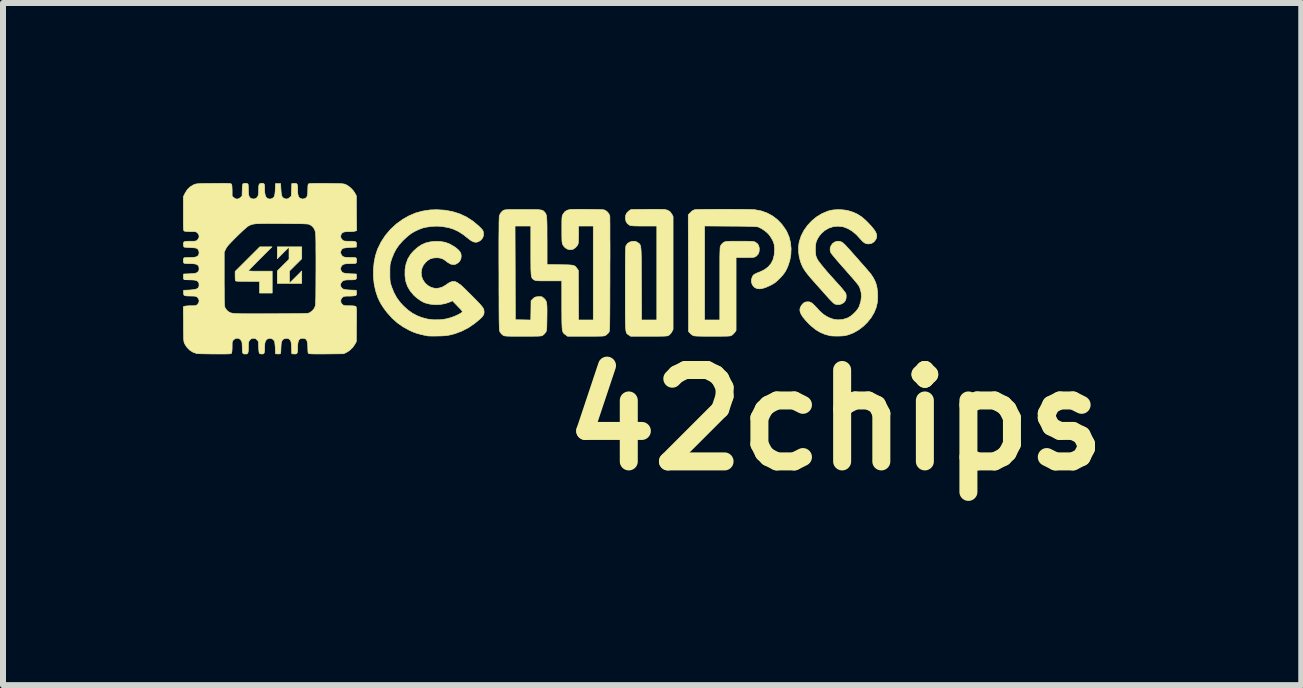
<source format=kicad_pcb>
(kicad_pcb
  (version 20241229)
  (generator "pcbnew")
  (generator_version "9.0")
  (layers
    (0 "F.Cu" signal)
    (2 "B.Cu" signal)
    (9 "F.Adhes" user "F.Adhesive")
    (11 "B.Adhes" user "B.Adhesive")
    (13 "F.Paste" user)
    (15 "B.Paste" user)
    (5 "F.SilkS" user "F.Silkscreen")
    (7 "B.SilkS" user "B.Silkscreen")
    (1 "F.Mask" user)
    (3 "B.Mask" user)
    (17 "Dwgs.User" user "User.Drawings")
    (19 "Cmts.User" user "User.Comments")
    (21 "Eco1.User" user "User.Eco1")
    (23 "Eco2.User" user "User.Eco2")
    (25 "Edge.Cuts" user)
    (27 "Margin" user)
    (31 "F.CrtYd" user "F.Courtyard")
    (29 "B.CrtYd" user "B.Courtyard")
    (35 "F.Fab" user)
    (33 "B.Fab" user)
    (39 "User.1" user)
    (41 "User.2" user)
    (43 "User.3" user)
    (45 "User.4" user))
  (footprint "42chips"
    (layer "F.Cu")
    (at 5.797 1.411)
    (property "Reference" "42chips" (at 5.08 2.54 0) (layer "F.SilkS") (effects (font (size 1.524 1.524) (thickness 0.3))))
    (attr through_hole)
    (fp_poly (pts (xy -3.818 -0.148) (xy -3.92 -0.047) (xy -4.022 0.055) (xy -4.022 0.258) (xy -3.92 0.157) (xy -3.818 0.055) (xy -3.818 0.262) (xy -4.225 0.262) (xy -4.225 0.055) (xy -4.128 -0.042) (xy -4.03 -0.139) (xy -4.03 -0.343) (xy -4.128 -0.246) (xy -4.225 -0.148) (xy -4.225 -0.347) (xy -3.818 -0.347) (xy -3.818 -0.148)) (stroke (width 0.01) (type solid)) (fill yes) (layer "F.SilkS"))
    (fp_poly (pts (xy -4.511 -0.15) (xy -4.558 -0.103) (xy -4.601 -0.059) (xy -4.639 -0.02) (xy -4.67 0.011) (xy -4.692 0.035) (xy -4.705 0.05) (xy -4.707 0.053) (xy -4.699 0.055) (xy -4.677 0.056) (xy -4.642 0.058) (xy -4.597 0.059) (xy -4.545 0.059) (xy -4.508 0.059) (xy -4.31 0.059) (xy -4.31 0.423) (xy -4.521 0.423) (xy -4.521 0.229) (xy -4.711 0.229) (xy -4.767 0.228) (xy -4.817 0.228) (xy -4.86 0.227) (xy -4.892 0.226) (xy -4.911 0.224) (xy -4.914 0.223) (xy -4.921 0.218) (xy -4.925 0.205) (xy -4.927 0.182) (xy -4.928 0.145) (xy -4.928 0.141) (xy -4.928 0.063) (xy -4.517 -0.347) (xy -4.314 -0.347) (xy -4.511 -0.15)) (stroke (width 0.01) (type solid)) (fill yes) (layer "F.SilkS"))
    (fp_poly (pts (xy 5.163 -0.966) (xy 5.225 -0.961) (xy 5.281 -0.952) (xy 5.292 -0.949) (xy 5.372 -0.924) (xy 5.444 -0.891) (xy 5.511 -0.848) (xy 5.576 -0.793) (xy 5.618 -0.752) (xy 5.671 -0.695) (xy 5.712 -0.646) (xy 5.741 -0.604) (xy 5.759 -0.568) (xy 5.766 -0.535) (xy 5.764 -0.504) (xy 5.752 -0.474) (xy 5.748 -0.467) (xy 5.718 -0.429) (xy 5.68 -0.405) (xy 5.634 -0.396) (xy 5.633 -0.395) (xy 5.596 -0.399) (xy 5.565 -0.411) (xy 5.534 -0.434) (xy 5.5 -0.47) (xy 5.499 -0.471) (xy 5.429 -0.548) (xy 5.358 -0.608) (xy 5.286 -0.651) (xy 5.213 -0.679) (xy 5.195 -0.683) (xy 5.115 -0.691) (xy 5.038 -0.683) (xy 4.966 -0.659) (xy 4.899 -0.62) (xy 4.84 -0.568) (xy 4.798 -0.514) (xy 4.77 -0.465) (xy 4.752 -0.414) (xy 4.744 -0.357) (xy 4.743 -0.29) (xy 4.743 -0.283) (xy 4.746 -0.24) (xy 4.749 -0.209) (xy 4.756 -0.184) (xy 4.766 -0.159) (xy 4.774 -0.142) (xy 4.789 -0.117) (xy 4.815 -0.082) (xy 4.85 -0.037) (xy 4.893 0.015) (xy 4.942 0.073) (xy 4.997 0.135) (xy 5.056 0.2) (xy 5.066 0.212) (xy 5.113 0.263) (xy 5.156 0.311) (xy 5.192 0.353) (xy 5.22 0.388) (xy 5.24 0.414) (xy 5.25 0.429) (xy 5.25 0.429) (xy 5.257 0.466) (xy 5.255 0.507) (xy 5.245 0.545) (xy 5.244 0.547) (xy 5.22 0.579) (xy 5.185 0.602) (xy 5.144 0.615) (xy 5.101 0.615) (xy 5.067 0.606) (xy 5.052 0.596) (xy 5.03 0.576) (xy 5.001 0.547) (xy 4.968 0.513) (xy 4.944 0.486) (xy 4.907 0.444) (xy 4.863 0.394) (xy 4.814 0.34) (xy 4.766 0.286) (xy 4.721 0.235) (xy 4.72 0.234) (xy 4.665 0.172) (xy 4.621 0.119) (xy 4.586 0.074) (xy 4.558 0.033) (xy 4.535 -0.005) (xy 4.517 -0.044) (xy 4.501 -0.084) (xy 4.495 -0.101) (xy 4.474 -0.18) (xy 4.463 -0.264) (xy 4.462 -0.346) (xy 4.472 -0.422) (xy 4.475 -0.434) (xy 4.506 -0.53) (xy 4.553 -0.621) (xy 4.613 -0.705) (xy 4.684 -0.781) (xy 4.764 -0.847) (xy 4.852 -0.9) (xy 4.946 -0.94) (xy 4.989 -0.953) (xy 5.039 -0.962) (xy 5.098 -0.966) (xy 5.163 -0.966)) (stroke (width 0.01) (type solid)) (fill yes) (layer "F.SilkS"))
    (fp_poly (pts (xy 2.118 -0.973) (xy 2.166 -0.972) (xy 2.204 -0.971) (xy 2.228 -0.97) (xy 2.233 -0.97) (xy 2.283 -0.956) (xy 2.322 -0.931) (xy 2.35 -0.891) (xy 2.352 -0.889) (xy 2.371 -0.852) (xy 2.371 1.029) (xy 2.352 1.067) (xy 2.334 1.094) (xy 2.312 1.118) (xy 2.304 1.124) (xy 2.296 1.129) (xy 2.288 1.133) (xy 2.277 1.136) (xy 2.263 1.139) (xy 2.243 1.14) (xy 2.216 1.142) (xy 2.18 1.142) (xy 2.132 1.143) (xy 2.072 1.143) (xy 1.997 1.143) (xy 1.969 1.143) (xy 1.663 1.143) (xy 1.631 1.121) (xy 1.621 1.115) (xy 1.613 1.109) (xy 1.605 1.102) (xy 1.599 1.094) (xy 1.593 1.083) (xy 1.589 1.068) (xy 1.585 1.048) (xy 1.582 1.022) (xy 1.58 0.988) (xy 1.578 0.947) (xy 1.577 0.896) (xy 1.576 0.835) (xy 1.575 0.762) (xy 1.575 0.676) (xy 1.575 0.576) (xy 1.575 0.462) (xy 1.575 0.351) (xy 1.575 0.223) (xy 1.575 0.111) (xy 1.575 0.014) (xy 1.576 -0.069) (xy 1.576 -0.14) (xy 1.577 -0.199) (xy 1.578 -0.247) (xy 1.579 -0.286) (xy 1.58 -0.315) (xy 1.582 -0.338) (xy 1.583 -0.353) (xy 1.585 -0.364) (xy 1.587 -0.367) (xy 1.61 -0.401) (xy 1.645 -0.425) (xy 1.69 -0.438) (xy 1.699 -0.439) (xy 1.729 -0.44) (xy 1.752 -0.435) (xy 1.775 -0.422) (xy 1.778 -0.42) (xy 1.79 -0.413) (xy 1.8 -0.406) (xy 1.809 -0.399) (xy 1.816 -0.39) (xy 1.822 -0.379) (xy 1.828 -0.364) (xy 1.832 -0.344) (xy 1.835 -0.317) (xy 1.838 -0.283) (xy 1.84 -0.241) (xy 1.841 -0.188) (xy 1.842 -0.125) (xy 1.843 -0.049) (xy 1.843 0.04) (xy 1.843 0.143) (xy 1.844 0.263) (xy 1.844 0.265) (xy 1.846 0.872) (xy 2.1 0.872) (xy 2.1 -0.694) (xy 1.887 -0.694) (xy 1.819 -0.694) (xy 1.766 -0.695) (xy 1.726 -0.696) (xy 1.695 -0.698) (xy 1.674 -0.7) (xy 1.658 -0.703) (xy 1.646 -0.708) (xy 1.646 -0.708) (xy 1.61 -0.734) (xy 1.587 -0.771) (xy 1.577 -0.817) (xy 1.579 -0.867) (xy 1.597 -0.908) (xy 1.63 -0.942) (xy 1.637 -0.947) (xy 1.671 -0.969) (xy 1.93 -0.972) (xy 1.997 -0.973) (xy 2.06 -0.973) (xy 2.118 -0.973)) (stroke (width 0.01) (type solid)) (fill yes) (layer "F.SilkS"))
    (fp_poly (pts (xy 5.151 -0.438) (xy 5.178 -0.428) (xy 5.205 -0.41) (xy 5.238 -0.38) (xy 5.246 -0.371) (xy 5.265 -0.351) (xy 5.293 -0.32) (xy 5.328 -0.282) (xy 5.368 -0.236) (xy 5.412 -0.187) (xy 5.458 -0.135) (xy 5.503 -0.083) (xy 5.547 -0.034) (xy 5.587 0.012) (xy 5.621 0.052) (xy 5.648 0.083) (xy 5.665 0.104) (xy 5.666 0.105) (xy 5.708 0.167) (xy 5.742 0.235) (xy 5.762 0.294) (xy 5.772 0.348) (xy 5.779 0.413) (xy 5.781 0.481) (xy 5.779 0.547) (xy 5.774 0.587) (xy 5.754 0.671) (xy 5.719 0.754) (xy 5.671 0.834) (xy 5.611 0.909) (xy 5.542 0.977) (xy 5.464 1.036) (xy 5.381 1.084) (xy 5.304 1.115) (xy 5.27 1.125) (xy 5.238 1.132) (xy 5.203 1.137) (xy 5.16 1.139) (xy 5.131 1.14) (xy 5.086 1.14) (xy 5.044 1.139) (xy 5.009 1.137) (xy 4.987 1.134) (xy 4.902 1.111) (xy 4.825 1.079) (xy 4.753 1.036) (xy 4.682 0.98) (xy 4.639 0.94) (xy 4.581 0.879) (xy 4.537 0.826) (xy 4.507 0.78) (xy 4.489 0.738) (xy 4.484 0.7) (xy 4.491 0.665) (xy 4.51 0.631) (xy 4.526 0.61) (xy 4.551 0.586) (xy 4.577 0.574) (xy 4.593 0.571) (xy 4.624 0.569) (xy 4.651 0.573) (xy 4.677 0.585) (xy 4.705 0.607) (xy 4.739 0.641) (xy 4.76 0.663) (xy 4.806 0.714) (xy 4.847 0.753) (xy 4.885 0.784) (xy 4.924 0.809) (xy 4.967 0.832) (xy 4.969 0.833) (xy 5.044 0.86) (xy 5.12 0.87) (xy 5.197 0.864) (xy 5.272 0.841) (xy 5.291 0.833) (xy 5.333 0.807) (xy 5.375 0.772) (xy 5.416 0.732) (xy 5.45 0.689) (xy 5.473 0.649) (xy 5.477 0.639) (xy 5.501 0.558) (xy 5.51 0.482) (xy 5.505 0.41) (xy 5.486 0.344) (xy 5.482 0.332) (xy 5.477 0.321) (xy 5.472 0.311) (xy 5.464 0.299) (xy 5.454 0.284) (xy 5.44 0.266) (xy 5.421 0.242) (xy 5.396 0.213) (xy 5.365 0.176) (xy 5.325 0.131) (xy 5.277 0.076) (xy 5.219 0.01) (xy 5.191 -0.021) (xy 5.147 -0.072) (xy 5.105 -0.12) (xy 5.069 -0.163) (xy 5.038 -0.2) (xy 5.015 -0.229) (xy 5.002 -0.248) (xy 4.999 -0.253) (xy 4.988 -0.294) (xy 4.991 -0.335) (xy 5.008 -0.373) (xy 5.034 -0.406) (xy 5.069 -0.429) (xy 5.11 -0.44) (xy 5.12 -0.44) (xy 5.151 -0.438)) (stroke (width 0.01) (type solid)) (fill yes) (layer "F.SilkS"))
    (fp_poly (pts (xy 3.335 -0.973) (xy 3.414 -0.972) (xy 3.49 -0.972) (xy 3.559 -0.971) (xy 3.62 -0.97) (xy 3.671 -0.969) (xy 3.71 -0.967) (xy 3.736 -0.966) (xy 3.737 -0.965) (xy 3.839 -0.946) (xy 3.936 -0.912) (xy 4.027 -0.863) (xy 4.11 -0.8) (xy 4.183 -0.724) (xy 4.245 -0.637) (xy 4.266 -0.601) (xy 4.304 -0.513) (xy 4.328 -0.418) (xy 4.338 -0.319) (xy 4.334 -0.218) (xy 4.316 -0.118) (xy 4.284 -0.022) (xy 4.261 0.029) (xy 4.239 0.069) (xy 4.215 0.103) (xy 4.187 0.137) (xy 4.151 0.176) (xy 4.145 0.182) (xy 4.108 0.218) (xy 4.077 0.244) (xy 4.047 0.265) (xy 4.014 0.284) (xy 3.988 0.297) (xy 3.919 0.328) (xy 3.862 0.346) (xy 3.813 0.353) (xy 3.772 0.349) (xy 3.738 0.334) (xy 3.724 0.324) (xy 3.693 0.288) (xy 3.678 0.245) (xy 3.677 0.199) (xy 3.691 0.155) (xy 3.7 0.137) (xy 3.711 0.123) (xy 3.727 0.111) (xy 3.751 0.098) (xy 3.786 0.083) (xy 3.823 0.069) (xy 3.897 0.032) (xy 3.958 -0.014) (xy 4.005 -0.07) (xy 4.038 -0.136) (xy 4.057 -0.212) (xy 4.063 -0.298) (xy 4.063 -0.312) (xy 4.06 -0.354) (xy 4.056 -0.385) (xy 4.049 -0.412) (xy 4.038 -0.44) (xy 4.034 -0.449) (xy 4.014 -0.485) (xy 3.99 -0.524) (xy 3.971 -0.549) (xy 3.939 -0.583) (xy 3.897 -0.617) (xy 3.851 -0.648) (xy 3.807 -0.671) (xy 3.789 -0.678) (xy 3.776 -0.681) (xy 3.755 -0.683) (xy 3.724 -0.685) (xy 3.683 -0.687) (xy 3.63 -0.688) (xy 3.564 -0.69) (xy 3.484 -0.691) (xy 3.389 -0.692) (xy 3.325 -0.692) (xy 2.896 -0.695) (xy 2.896 0.872) (xy 3.15 0.872) (xy 3.15 0.266) (xy 3.15 0.15) (xy 3.15 0.05) (xy 3.15 -0.036) (xy 3.15 -0.108) (xy 3.15 -0.169) (xy 3.151 -0.218) (xy 3.152 -0.258) (xy 3.153 -0.289) (xy 3.154 -0.313) (xy 3.155 -0.332) (xy 3.157 -0.345) (xy 3.16 -0.355) (xy 3.162 -0.363) (xy 3.166 -0.369) (xy 3.168 -0.372) (xy 3.187 -0.398) (xy 3.213 -0.42) (xy 3.217 -0.422) (xy 3.228 -0.428) (xy 3.239 -0.432) (xy 3.252 -0.435) (xy 3.271 -0.437) (xy 3.297 -0.439) (xy 3.333 -0.44) (xy 3.379 -0.44) (xy 3.44 -0.44) (xy 3.481 -0.44) (xy 3.551 -0.44) (xy 3.606 -0.44) (xy 3.648 -0.439) (xy 3.679 -0.438) (xy 3.702 -0.436) (xy 3.719 -0.433) (xy 3.731 -0.43) (xy 3.741 -0.425) (xy 3.742 -0.425) (xy 3.776 -0.4) (xy 3.797 -0.37) (xy 3.807 -0.328) (xy 3.808 -0.315) (xy 3.805 -0.266) (xy 3.789 -0.225) (xy 3.759 -0.194) (xy 3.752 -0.189) (xy 3.74 -0.182) (xy 3.729 -0.177) (xy 3.713 -0.173) (xy 3.692 -0.171) (xy 3.662 -0.17) (xy 3.62 -0.169) (xy 3.572 -0.169) (xy 3.421 -0.169) (xy 3.421 1.047) (xy 3.401 1.076) (xy 3.38 1.101) (xy 3.356 1.122) (xy 3.353 1.124) (xy 3.346 1.129) (xy 3.337 1.133) (xy 3.327 1.136) (xy 3.313 1.139) (xy 3.293 1.14) (xy 3.266 1.142) (xy 3.229 1.142) (xy 3.182 1.143) (xy 3.121 1.143) (xy 3.046 1.143) (xy 3.023 1.143) (xy 2.944 1.143) (xy 2.879 1.143) (xy 2.827 1.142) (xy 2.788 1.141) (xy 2.758 1.14) (xy 2.736 1.138) (xy 2.72 1.136) (xy 2.709 1.133) (xy 2.7 1.129) (xy 2.697 1.127) (xy 2.672 1.109) (xy 2.65 1.088) (xy 2.629 1.065) (xy 2.627 0.092) (xy 2.624 -0.881) (xy 2.661 -0.919) (xy 2.695 -0.95) (xy 2.728 -0.965) (xy 2.731 -0.965) (xy 2.746 -0.967) (xy 2.777 -0.969) (xy 2.821 -0.97) (xy 2.877 -0.971) (xy 2.941 -0.972) (xy 3.013 -0.972) (xy 3.09 -0.973) (xy 3.171 -0.973) (xy 3.253 -0.973) (xy 3.335 -0.973)) (stroke (width 0.01) (type solid)) (fill yes) (layer "F.SilkS"))
    (fp_poly (pts (xy -1.436 -0.958) (xy -1.308 -0.935) (xy -1.186 -0.897) (xy -1.072 -0.844) (xy -0.965 -0.775) (xy -0.865 -0.691) (xy -0.861 -0.686) (xy -0.831 -0.657) (xy -0.812 -0.636) (xy -0.8 -0.62) (xy -0.794 -0.605) (xy -0.79 -0.587) (xy -0.789 -0.578) (xy -0.79 -0.531) (xy -0.804 -0.494) (xy -0.831 -0.461) (xy -0.835 -0.458) (xy -0.872 -0.433) (xy -0.911 -0.423) (xy -0.952 -0.429) (xy -0.997 -0.451) (xy -1.043 -0.486) (xy -1.125 -0.551) (xy -1.204 -0.602) (xy -1.284 -0.64) (xy -1.369 -0.667) (xy -1.46 -0.683) (xy -1.482 -0.686) (xy -1.541 -0.691) (xy -1.593 -0.691) (xy -1.647 -0.688) (xy -1.663 -0.686) (xy -1.716 -0.679) (xy -1.759 -0.672) (xy -1.795 -0.663) (xy -1.831 -0.651) (xy -1.872 -0.634) (xy -1.882 -0.63) (xy -1.944 -0.6) (xy -2.001 -0.565) (xy -2.055 -0.523) (xy -2.112 -0.47) (xy -2.134 -0.449) (xy -2.195 -0.381) (xy -2.243 -0.312) (xy -2.283 -0.237) (xy -2.317 -0.152) (xy -2.321 -0.14) (xy -2.331 -0.108) (xy -2.339 -0.082) (xy -2.344 -0.058) (xy -2.347 -0.033) (xy -2.348 -0.001) (xy -2.349 0.04) (xy -2.349 0.089) (xy -2.349 0.142) (xy -2.348 0.181) (xy -2.346 0.212) (xy -2.343 0.238) (xy -2.338 0.262) (xy -2.33 0.289) (xy -2.319 0.323) (xy -2.318 0.326) (xy -2.28 0.419) (xy -2.234 0.503) (xy -2.176 0.581) (xy -2.121 0.64) (xy -2.048 0.706) (xy -1.974 0.759) (xy -1.895 0.801) (xy -1.819 0.831) (xy -1.721 0.857) (xy -1.621 0.869) (xy -1.515 0.868) (xy -1.47 0.864) (xy -1.4 0.852) (xy -1.326 0.831) (xy -1.255 0.804) (xy -1.193 0.774) (xy -1.178 0.765) (xy -1.16 0.754) (xy -1.148 0.745) (xy -1.142 0.737) (xy -1.144 0.726) (xy -1.153 0.712) (xy -1.171 0.691) (xy -1.199 0.663) (xy -1.235 0.625) (xy -1.306 0.552) (xy -1.35 0.572) (xy -1.425 0.598) (xy -1.508 0.613) (xy -1.595 0.616) (xy -1.68 0.608) (xy -1.76 0.588) (xy -1.774 0.583) (xy -1.809 0.565) (xy -1.85 0.54) (xy -1.893 0.509) (xy -1.932 0.476) (xy -1.953 0.456) (xy -2.011 0.386) (xy -2.054 0.313) (xy -2.082 0.234) (xy -2.096 0.147) (xy -2.097 0.127) (xy -2.096 0.028) (xy -2.079 -0.064) (xy -2.048 -0.148) (xy -2.002 -0.223) (xy -1.954 -0.277) (xy -1.888 -0.336) (xy -1.823 -0.38) (xy -1.755 -0.411) (xy -1.681 -0.429) (xy -1.6 -0.438) (xy -1.508 -0.436) (xy -1.425 -0.422) (xy -1.348 -0.392) (xy -1.273 -0.348) (xy -1.241 -0.325) (xy -1.203 -0.291) (xy -1.177 -0.26) (xy -1.164 -0.228) (xy -1.16 -0.192) (xy -1.166 -0.146) (xy -1.186 -0.107) (xy -1.211 -0.082) (xy -1.25 -0.058) (xy -1.293 -0.051) (xy -1.337 -0.06) (xy -1.382 -0.086) (xy -1.393 -0.094) (xy -1.433 -0.125) (xy -1.468 -0.146) (xy -1.502 -0.158) (xy -1.54 -0.164) (xy -1.571 -0.165) (xy -1.628 -0.161) (xy -1.675 -0.147) (xy -1.718 -0.121) (xy -1.75 -0.092) (xy -1.791 -0.042) (xy -1.816 0.015) (xy -1.827 0.075) (xy -1.823 0.135) (xy -1.804 0.193) (xy -1.77 0.246) (xy -1.763 0.255) (xy -1.712 0.301) (xy -1.656 0.331) (xy -1.597 0.345) (xy -1.537 0.342) (xy -1.475 0.324) (xy -1.416 0.29) (xy -1.397 0.275) (xy -1.35 0.245) (xy -1.305 0.23) (xy -1.262 0.232) (xy -1.223 0.25) (xy -1.212 0.259) (xy -1.194 0.272) (xy -1.181 0.279) (xy -1.18 0.279) (xy -1.172 0.285) (xy -1.154 0.302) (xy -1.127 0.327) (xy -1.093 0.36) (xy -1.053 0.4) (xy -1.008 0.444) (xy -0.984 0.468) (xy -0.929 0.523) (xy -0.885 0.569) (xy -0.85 0.605) (xy -0.824 0.635) (xy -0.805 0.659) (xy -0.792 0.679) (xy -0.785 0.697) (xy -0.781 0.714) (xy -0.779 0.732) (xy -0.779 0.743) (xy -0.781 0.765) (xy -0.788 0.786) (xy -0.802 0.808) (xy -0.824 0.833) (xy -0.856 0.863) (xy -0.899 0.899) (xy -0.94 0.932) (xy -1.039 1) (xy -1.148 1.056) (xy -1.264 1.1) (xy -1.32 1.115) (xy -1.359 1.124) (xy -1.394 1.13) (xy -1.43 1.134) (xy -1.473 1.137) (xy -1.526 1.139) (xy -1.554 1.139) (xy -1.603 1.14) (xy -1.647 1.14) (xy -1.684 1.139) (xy -1.709 1.138) (xy -1.719 1.137) (xy -1.793 1.122) (xy -1.854 1.107) (xy -1.907 1.092) (xy -1.955 1.075) (xy -2.002 1.054) (xy -2.028 1.042) (xy -2.132 0.984) (xy -2.225 0.919) (xy -2.31 0.842) (xy -2.391 0.753) (xy -2.404 0.737) (xy -2.452 0.672) (xy -2.491 0.613) (xy -2.524 0.552) (xy -2.553 0.488) (xy -2.587 0.384) (xy -2.611 0.272) (xy -2.623 0.154) (xy -2.623 0.034) (xy -2.612 -0.085) (xy -2.59 -0.198) (xy -2.556 -0.302) (xy -2.553 -0.31) (xy -2.495 -0.428) (xy -2.423 -0.538) (xy -2.337 -0.639) (xy -2.24 -0.729) (xy -2.131 -0.807) (xy -2.032 -0.863) (xy -1.921 -0.911) (xy -1.803 -0.943) (xy -1.678 -0.962) (xy -1.572 -0.966) (xy -1.436 -0.958)) (stroke (width 0.01) (type solid)) (fill yes) (layer "F.SilkS"))
    (fp_poly (pts (xy 0.871 -0.973) (xy 0.937 -0.972) (xy 0.957 -0.972) (xy 1.031 -0.971) (xy 1.091 -0.97) (xy 1.137 -0.969) (xy 1.172 -0.968) (xy 1.198 -0.966) (xy 1.217 -0.963) (xy 1.23 -0.96) (xy 1.24 -0.956) (xy 1.241 -0.955) (xy 1.274 -0.931) (xy 1.3 -0.899) (xy 1.315 -0.866) (xy 1.317 -0.861) (xy 1.317 -0.849) (xy 1.318 -0.822) (xy 1.318 -0.779) (xy 1.319 -0.723) (xy 1.319 -0.654) (xy 1.319 -0.574) (xy 1.319 -0.484) (xy 1.32 -0.385) (xy 1.32 -0.278) (xy 1.32 -0.164) (xy 1.319 -0.044) (xy 1.319 0.081) (xy 1.319 0.112) (xy 1.319 0.258) (xy 1.318 0.389) (xy 1.318 0.505) (xy 1.318 0.606) (xy 1.317 0.695) (xy 1.317 0.771) (xy 1.316 0.836) (xy 1.316 0.89) (xy 1.315 0.936) (xy 1.314 0.973) (xy 1.313 1.002) (xy 1.312 1.025) (xy 1.31 1.043) (xy 1.309 1.056) (xy 1.307 1.065) (xy 1.305 1.071) (xy 1.302 1.076) (xy 1.3 1.08) (xy 1.299 1.081) (xy 1.279 1.102) (xy 1.255 1.122) (xy 1.253 1.124) (xy 1.245 1.129) (xy 1.237 1.133) (xy 1.227 1.136) (xy 1.213 1.139) (xy 1.193 1.14) (xy 1.166 1.142) (xy 1.13 1.142) (xy 1.082 1.143) (xy 1.022 1.143) (xy 0.947 1.143) (xy 0.919 1.143) (xy 0.612 1.143) (xy 0.578 1.118) (xy 0.565 1.108) (xy 0.553 1.099) (xy 0.544 1.088) (xy 0.536 1.075) (xy 0.53 1.057) (xy 0.525 1.034) (xy 0.522 1.004) (xy 0.52 0.965) (xy 0.518 0.916) (xy 0.517 0.856) (xy 0.517 0.783) (xy 0.516 0.696) (xy 0.516 0.622) (xy 0.516 0.22) (xy 0.299 0.22) (xy 0.233 0.22) (xy 0.181 0.22) (xy 0.141 0.219) (xy 0.112 0.218) (xy 0.092 0.216) (xy 0.077 0.213) (xy 0.066 0.209) (xy 0.056 0.204) (xy 0.055 0.203) (xy 0.043 0.196) (xy 0.033 0.188) (xy 0.024 0.179) (xy 0.018 0.167) (xy 0.012 0.151) (xy 0.008 0.129) (xy 0.005 0.099) (xy 0.003 0.062) (xy 0.001 0.014) (xy 0.001 -0.046) (xy 0.000122 -0.118) (xy 0.000007 -0.205) (xy 0 -0.283) (xy 0 -0.694) (xy -0.263 -0.694) (xy -0.26 0.087) (xy -0.258 0.868) (xy -0.13 0.87) (xy -0.001 0.873) (xy 0.002 0.712) (xy 0.004 0.551) (xy 0.036 0.519) (xy 0.054 0.502) (xy 0.071 0.492) (xy 0.091 0.487) (xy 0.121 0.484) (xy 0.126 0.484) (xy 0.157 0.483) (xy 0.177 0.484) (xy 0.193 0.491) (xy 0.209 0.504) (xy 0.218 0.511) (xy 0.233 0.526) (xy 0.245 0.541) (xy 0.255 0.559) (xy 0.261 0.581) (xy 0.266 0.61) (xy 0.269 0.648) (xy 0.27 0.696) (xy 0.27 0.757) (xy 0.269 0.83) (xy 0.268 0.896) (xy 0.267 0.948) (xy 0.266 0.988) (xy 0.264 1.017) (xy 0.262 1.038) (xy 0.259 1.053) (xy 0.255 1.065) (xy 0.249 1.075) (xy 0.249 1.075) (xy 0.23 1.1) (xy 0.206 1.122) (xy 0.204 1.124) (xy 0.196 1.129) (xy 0.188 1.133) (xy 0.178 1.136) (xy 0.163 1.139) (xy 0.144 1.14) (xy 0.116 1.142) (xy 0.08 1.142) (xy 0.032 1.143) (xy -0.028 1.143) (xy -0.103 1.143) (xy -0.131 1.143) (xy -0.211 1.143) (xy -0.276 1.143) (xy -0.328 1.143) (xy -0.368 1.142) (xy -0.398 1.141) (xy -0.42 1.139) (xy -0.436 1.137) (xy -0.447 1.134) (xy -0.456 1.13) (xy -0.463 1.126) (xy -0.466 1.124) (xy -0.49 1.103) (xy -0.51 1.078) (xy -0.512 1.075) (xy -0.514 1.07) (xy -0.517 1.065) (xy -0.519 1.058) (xy -0.521 1.048) (xy -0.523 1.036) (xy -0.524 1.018) (xy -0.525 0.995) (xy -0.526 0.966) (xy -0.527 0.93) (xy -0.528 0.885) (xy -0.529 0.831) (xy -0.529 0.767) (xy -0.53 0.692) (xy -0.53 0.605) (xy -0.53 0.504) (xy -0.531 0.39) (xy -0.531 0.261) (xy -0.531 0.116) (xy -0.531 0.107) (xy -0.532 -0.062) (xy -0.532 -0.216) (xy -0.532 -0.353) (xy -0.532 -0.474) (xy -0.531 -0.58) (xy -0.53 -0.668) (xy -0.53 -0.741) (xy -0.528 -0.797) (xy -0.527 -0.836) (xy -0.526 -0.858) (xy -0.525 -0.863) (xy -0.505 -0.908) (xy -0.472 -0.944) (xy -0.454 -0.955) (xy -0.446 -0.959) (xy -0.435 -0.962) (xy -0.419 -0.964) (xy -0.397 -0.966) (xy -0.368 -0.968) (xy -0.329 -0.969) (xy -0.278 -0.969) (xy -0.214 -0.969) (xy -0.135 -0.969) (xy -0.131 -0.969) (xy -0.049 -0.969) (xy 0.018 -0.969) (xy 0.072 -0.968) (xy 0.114 -0.967) (xy 0.147 -0.964) (xy 0.171 -0.961) (xy 0.19 -0.956) (xy 0.204 -0.95) (xy 0.215 -0.941) (xy 0.225 -0.931) (xy 0.232 -0.924) (xy 0.24 -0.914) (xy 0.247 -0.903) (xy 0.253 -0.89) (xy 0.258 -0.874) (xy 0.262 -0.852) (xy 0.265 -0.823) (xy 0.267 -0.787) (xy 0.269 -0.74) (xy 0.27 -0.683) (xy 0.27 -0.613) (xy 0.27 -0.528) (xy 0.271 -0.447) (xy 0.271 -0.052) (xy 0.485 -0.049) (xy 0.556 -0.048) (xy 0.612 -0.047) (xy 0.655 -0.045) (xy 0.688 -0.041) (xy 0.712 -0.036) (xy 0.731 -0.028) (xy 0.745 -0.018) (xy 0.757 -0.004) (xy 0.77 0.014) (xy 0.771 0.015) (xy 0.792 0.045) (xy 0.796 0.872) (xy 1.041 0.872) (xy 1.041 -0.694) (xy 0.796 -0.694) (xy 0.796 -0.555) (xy 0.795 -0.506) (xy 0.794 -0.461) (xy 0.792 -0.424) (xy 0.789 -0.4) (xy 0.787 -0.392) (xy 0.769 -0.361) (xy 0.741 -0.332) (xy 0.71 -0.31) (xy 0.696 -0.304) (xy 0.655 -0.299) (xy 0.613 -0.308) (xy 0.575 -0.33) (xy 0.544 -0.363) (xy 0.533 -0.384) (xy 0.528 -0.397) (xy 0.524 -0.411) (xy 0.521 -0.429) (xy 0.519 -0.454) (xy 0.518 -0.487) (xy 0.517 -0.531) (xy 0.517 -0.589) (xy 0.517 -0.635) (xy 0.517 -0.702) (xy 0.517 -0.753) (xy 0.518 -0.793) (xy 0.519 -0.822) (xy 0.521 -0.844) (xy 0.524 -0.86) (xy 0.528 -0.873) (xy 0.533 -0.885) (xy 0.536 -0.889) (xy 0.564 -0.929) (xy 0.602 -0.955) (xy 0.652 -0.969) (xy 0.654 -0.97) (xy 0.674 -0.971) (xy 0.708 -0.972) (xy 0.754 -0.972) (xy 0.809 -0.973) (xy 0.871 -0.973)) (stroke (width 0.01) (type solid)) (fill yes) (layer "F.SilkS"))
    (fp_poly (pts (xy -4.738 -1.404) (xy -4.719 -1.398) (xy -4.713 -1.392) (xy -4.71 -1.378) (xy -4.709 -1.352) (xy -4.708 -1.317) (xy -4.707 -1.294) (xy -4.706 -1.243) (xy -4.701 -1.206) (xy -4.691 -1.18) (xy -4.676 -1.162) (xy -4.661 -1.153) (xy -4.627 -1.144) (xy -4.595 -1.149) (xy -4.581 -1.155) (xy -4.56 -1.172) (xy -4.546 -1.198) (xy -4.538 -1.236) (xy -4.536 -1.287) (xy -4.536 -1.294) (xy -4.535 -1.34) (xy -4.533 -1.371) (xy -4.526 -1.39) (xy -4.515 -1.401) (xy -4.497 -1.405) (xy -4.484 -1.405) (xy -4.464 -1.405) (xy -4.451 -1.4) (xy -4.443 -1.39) (xy -4.438 -1.37) (xy -4.437 -1.339) (xy -4.437 -1.303) (xy -4.434 -1.248) (xy -4.426 -1.206) (xy -4.413 -1.176) (xy -4.393 -1.157) (xy -4.362 -1.144) (xy -4.328 -1.146) (xy -4.298 -1.161) (xy -4.274 -1.187) (xy -4.274 -1.188) (xy -4.27 -1.204) (xy -4.265 -1.232) (xy -4.261 -1.269) (xy -4.259 -1.304) (xy -4.255 -1.401) (xy -4.17 -1.401) (xy -4.165 -1.308) (xy -4.161 -1.256) (xy -4.156 -1.218) (xy -4.148 -1.191) (xy -4.138 -1.173) (xy -4.123 -1.161) (xy -4.116 -1.156) (xy -4.081 -1.144) (xy -4.049 -1.148) (xy -4.02 -1.168) (xy -3.992 -1.192) (xy -3.988 -1.297) (xy -3.984 -1.401) (xy -3.947 -1.404) (xy -3.922 -1.404) (xy -3.904 -1.4) (xy -3.894 -1.388) (xy -3.888 -1.365) (xy -3.886 -1.33) (xy -3.886 -1.304) (xy -3.885 -1.251) (xy -3.88 -1.211) (xy -3.871 -1.183) (xy -3.857 -1.165) (xy -3.843 -1.155) (xy -3.809 -1.144) (xy -3.777 -1.148) (xy -3.76 -1.155) (xy -3.742 -1.168) (xy -3.73 -1.186) (xy -3.722 -1.212) (xy -3.718 -1.25) (xy -3.717 -1.299) (xy -3.716 -1.343) (xy -3.714 -1.372) (xy -3.71 -1.389) (xy -3.705 -1.396) (xy -3.696 -1.399) (xy -3.677 -1.401) (xy -3.647 -1.403) (xy -3.603 -1.404) (xy -3.546 -1.404) (xy -3.475 -1.404) (xy -3.406 -1.404) (xy -3.329 -1.403) (xy -3.266 -1.402) (xy -3.217 -1.401) (xy -3.179 -1.4) (xy -3.149 -1.399) (xy -3.128 -1.396) (xy -3.111 -1.394) (xy -3.098 -1.39) (xy -3.087 -1.386) (xy -3.08 -1.383) (xy -3.037 -1.357) (xy -2.994 -1.321) (xy -2.956 -1.279) (xy -2.931 -1.241) (xy -2.908 -1.198) (xy -2.906 -0.908) (xy -2.903 -0.618) (xy -2.925 -0.61) (xy -2.944 -0.606) (xy -2.973 -0.603) (xy -3.01 -0.601) (xy -3.027 -0.601) (xy -3.076 -0.6) (xy -3.11 -0.595) (xy -3.135 -0.586) (xy -3.151 -0.572) (xy -3.161 -0.556) (xy -3.17 -0.52) (xy -3.162 -0.488) (xy -3.139 -0.461) (xy -3.127 -0.452) (xy -3.115 -0.446) (xy -3.098 -0.443) (xy -3.073 -0.441) (xy -3.037 -0.44) (xy -3.019 -0.44) (xy -2.972 -0.44) (xy -2.94 -0.437) (xy -2.92 -0.431) (xy -2.909 -0.421) (xy -2.905 -0.404) (xy -2.906 -0.38) (xy -2.906 -0.38) (xy -2.908 -0.343) (xy -3.012 -0.337) (xy -3.054 -0.334) (xy -3.091 -0.33) (xy -3.119 -0.325) (xy -3.134 -0.321) (xy -3.148 -0.307) (xy -3.162 -0.286) (xy -3.163 -0.282) (xy -3.171 -0.261) (xy -3.17 -0.244) (xy -3.161 -0.223) (xy -3.161 -0.222) (xy -3.148 -0.2) (xy -3.131 -0.185) (xy -3.108 -0.176) (xy -3.076 -0.171) (xy -3.03 -0.17) (xy -3.017 -0.169) (xy -2.979 -0.169) (xy -2.947 -0.168) (xy -2.925 -0.166) (xy -2.917 -0.164) (xy -2.908 -0.155) (xy -2.904 -0.133) (xy -2.904 -0.119) (xy -2.906 -0.09) (xy -2.913 -0.076) (xy -2.917 -0.073) (xy -2.931 -0.071) (xy -2.958 -0.069) (xy -2.992 -0.068) (xy -3.015 -0.068) (xy -3.067 -0.066) (xy -3.105 -0.061) (xy -3.132 -0.05) (xy -3.151 -0.034) (xy -3.163 -0.012) (xy -3.17 0.011) (xy -3.169 0.029) (xy -3.163 0.046) (xy -3.153 0.065) (xy -3.139 0.079) (xy -3.119 0.089) (xy -3.09 0.095) (xy -3.049 0.099) (xy -3.01 0.102) (xy -2.908 0.106) (xy -2.906 0.142) (xy -2.905 0.167) (xy -2.909 0.184) (xy -2.92 0.195) (xy -2.941 0.2) (xy -2.975 0.203) (xy -3.013 0.203) (xy -3.063 0.204) (xy -3.099 0.208) (xy -3.124 0.216) (xy -3.143 0.228) (xy -3.157 0.247) (xy -3.162 0.255) (xy -3.172 0.277) (xy -3.173 0.294) (xy -3.167 0.312) (xy -3.156 0.333) (xy -3.141 0.349) (xy -3.119 0.36) (xy -3.087 0.367) (xy -3.043 0.371) (xy -3.01 0.373) (xy -2.908 0.377) (xy -2.906 0.417) (xy -2.905 0.442) (xy -2.909 0.455) (xy -2.919 0.463) (xy -2.925 0.466) (xy -2.943 0.469) (xy -2.973 0.472) (xy -3.01 0.474) (xy -3.031 0.474) (xy -3.07 0.474) (xy -3.096 0.476) (xy -3.114 0.48) (xy -3.128 0.486) (xy -3.14 0.496) (xy -3.158 0.514) (xy -3.165 0.534) (xy -3.167 0.555) (xy -3.164 0.581) (xy -3.154 0.6) (xy -3.14 0.613) (xy -3.128 0.623) (xy -3.115 0.629) (xy -3.098 0.633) (xy -3.073 0.635) (xy -3.036 0.635) (xy -3.024 0.635) (xy -2.972 0.636) (xy -2.936 0.64) (xy -2.918 0.646) (xy -2.918 0.646) (xy -2.914 0.65) (xy -2.911 0.656) (xy -2.908 0.667) (xy -2.907 0.684) (xy -2.905 0.709) (xy -2.905 0.743) (xy -2.905 0.788) (xy -2.905 0.847) (xy -2.905 0.92) (xy -2.906 0.944) (xy -2.908 1.232) (xy -2.931 1.275) (xy -2.97 1.331) (xy -3.021 1.38) (xy -3.072 1.412) (xy -3.12 1.435) (xy -3.406 1.438) (xy -3.49 1.438) (xy -3.559 1.438) (xy -3.612 1.438) (xy -3.653 1.437) (xy -3.681 1.435) (xy -3.698 1.433) (xy -3.705 1.43) (xy -3.711 1.421) (xy -3.714 1.401) (xy -3.716 1.37) (xy -3.717 1.332) (xy -3.719 1.275) (xy -3.726 1.233) (xy -3.738 1.204) (xy -3.757 1.186) (xy -3.783 1.178) (xy -3.802 1.177) (xy -3.833 1.181) (xy -3.856 1.193) (xy -3.871 1.215) (xy -3.881 1.25) (xy -3.886 1.298) (xy -3.886 1.332) (xy -3.887 1.377) (xy -3.89 1.407) (xy -3.897 1.426) (xy -3.909 1.436) (xy -3.927 1.439) (xy -3.947 1.438) (xy -3.984 1.435) (xy -3.988 1.333) (xy -3.99 1.285) (xy -3.994 1.251) (xy -3.999 1.228) (xy -4.008 1.21) (xy -4.021 1.196) (xy -4.03 1.188) (xy -4.053 1.179) (xy -4.082 1.178) (xy -4.111 1.186) (xy -4.126 1.194) (xy -4.142 1.21) (xy -4.153 1.233) (xy -4.16 1.264) (xy -4.163 1.307) (xy -4.165 1.346) (xy -4.166 1.381) (xy -4.168 1.41) (xy -4.171 1.429) (xy -4.173 1.433) (xy -4.185 1.437) (xy -4.208 1.438) (xy -4.217 1.438) (xy -4.255 1.435) (xy -4.259 1.338) (xy -4.262 1.297) (xy -4.266 1.261) (xy -4.27 1.234) (xy -4.274 1.222) (xy -4.297 1.195) (xy -4.327 1.18) (xy -4.36 1.178) (xy -4.391 1.189) (xy -4.392 1.19) (xy -4.412 1.208) (xy -4.425 1.231) (xy -4.433 1.262) (xy -4.436 1.305) (xy -4.437 1.336) (xy -4.437 1.38) (xy -4.441 1.41) (xy -4.448 1.428) (xy -4.46 1.437) (xy -4.48 1.439) (xy -4.493 1.438) (xy -4.513 1.435) (xy -4.523 1.428) (xy -4.529 1.412) (xy -4.531 1.397) (xy -4.534 1.369) (xy -4.536 1.332) (xy -4.538 1.294) (xy -4.538 1.26) (xy -4.541 1.238) (xy -4.547 1.222) (xy -4.559 1.208) (xy -4.563 1.203) (xy -4.584 1.185) (xy -4.607 1.178) (xy -4.62 1.177) (xy -4.65 1.181) (xy -4.672 1.194) (xy -4.693 1.219) (xy -4.7 1.233) (xy -4.704 1.253) (xy -4.707 1.282) (xy -4.707 1.325) (xy -4.707 1.329) (xy -4.708 1.374) (xy -4.711 1.405) (xy -4.717 1.424) (xy -4.727 1.435) (xy -4.743 1.439) (xy -4.758 1.439) (xy -4.78 1.438) (xy -4.794 1.432) (xy -4.803 1.418) (xy -4.807 1.394) (xy -4.809 1.357) (xy -4.809 1.337) (xy -4.81 1.298) (xy -4.812 1.265) (xy -4.815 1.24) (xy -4.817 1.233) (xy -4.837 1.201) (xy -4.864 1.181) (xy -4.896 1.175) (xy -4.928 1.184) (xy -4.954 1.203) (xy -4.965 1.216) (xy -4.972 1.228) (xy -4.976 1.243) (xy -4.978 1.266) (xy -4.978 1.3) (xy -4.978 1.318) (xy -4.979 1.357) (xy -4.981 1.39) (xy -4.985 1.414) (xy -4.987 1.423) (xy -4.99 1.427) (xy -4.995 1.431) (xy -5.004 1.434) (xy -5.019 1.436) (xy -5.04 1.437) (xy -5.071 1.438) (xy -5.113 1.439) (xy -5.167 1.439) (xy -5.236 1.439) (xy -5.269 1.438) (xy -5.337 1.438) (xy -5.4 1.437) (xy -5.457 1.436) (xy -5.506 1.435) (xy -5.543 1.433) (xy -5.567 1.431) (xy -5.573 1.43) (xy -5.633 1.408) (xy -5.688 1.372) (xy -5.734 1.324) (xy -5.766 1.274) (xy -5.772 1.263) (xy -5.776 1.251) (xy -5.78 1.239) (xy -5.782 1.223) (xy -5.785 1.202) (xy -5.786 1.174) (xy -5.787 1.137) (xy -5.788 1.088) (xy -5.789 1.027) (xy -5.789 0.951) (xy -5.789 0.942) (xy -5.792 0.652) (xy -5.77 0.643) (xy -5.752 0.64) (xy -5.722 0.637) (xy -5.685 0.635) (xy -5.663 0.635) (xy -5.624 0.635) (xy -5.598 0.633) (xy -5.581 0.63) (xy -5.569 0.624) (xy -5.557 0.614) (xy -5.553 0.61) (xy -5.533 0.58) (xy -5.528 0.547) (xy -5.54 0.515) (xy -5.553 0.499) (xy -5.566 0.487) (xy -5.578 0.48) (xy -5.593 0.476) (xy -5.617 0.474) (xy -5.653 0.473) (xy -5.661 0.473) (xy -5.71 0.472) (xy -5.744 0.47) (xy -5.766 0.466) (xy -5.779 0.458) (xy -5.785 0.446) (xy -5.787 0.428) (xy -5.787 0.419) (xy -5.787 0.377) (xy -5.69 0.373) (xy -5.632 0.368) (xy -5.589 0.361) (xy -5.559 0.349) (xy -5.54 0.333) (xy -5.531 0.31) (xy -5.529 0.289) (xy -5.532 0.258) (xy -5.544 0.235) (xy -5.566 0.218) (xy -5.601 0.208) (xy -5.649 0.204) (xy -5.683 0.203) (xy -5.72 0.202) (xy -5.752 0.201) (xy -5.774 0.198) (xy -5.781 0.196) (xy -5.789 0.181) (xy -5.79 0.152) (xy -5.79 0.147) (xy -5.787 0.106) (xy -5.685 0.102) (xy -5.637 0.099) (xy -5.603 0.096) (xy -5.579 0.09) (xy -5.562 0.081) (xy -5.547 0.069) (xy -5.539 0.06) (xy -5.531 0.041) (xy -5.529 0.013) (xy -5.533 -0.014) (xy -5.537 -0.026) (xy -5.552 -0.044) (xy -5.576 -0.057) (xy -5.61 -0.064) (xy -5.658 -0.067) (xy -5.68 -0.068) (xy -5.717 -0.068) (xy -5.749 -0.07) (xy -5.771 -0.072) (xy -5.778 -0.073) (xy -5.787 -0.084) (xy -5.791 -0.106) (xy -5.792 -0.13) (xy -5.787 -0.152) (xy -5.778 -0.164) (xy -5.778 -0.164) (xy -5.764 -0.166) (xy -5.738 -0.168) (xy -5.703 -0.169) (xy -5.68 -0.169) (xy -5.624 -0.171) (xy -5.583 -0.178) (xy -5.555 -0.191) (xy -5.537 -0.211) (xy -5.53 -0.239) (xy -5.529 -0.256) (xy -5.529 -0.258) (xy -5.11 -0.258) (xy -5.11 0.191) (xy -5.11 0.289) (xy -5.109 0.373) (xy -5.109 0.442) (xy -5.109 0.499) (xy -5.108 0.545) (xy -5.107 0.581) (xy -5.106 0.608) (xy -5.104 0.629) (xy -5.102 0.645) (xy -5.1 0.656) (xy -5.097 0.665) (xy -5.094 0.671) (xy -5.076 0.698) (xy -5.053 0.723) (xy -5.049 0.725) (xy -5.038 0.734) (xy -5.028 0.741) (xy -5.018 0.747) (xy -5.005 0.752) (xy -4.99 0.756) (xy -4.971 0.76) (xy -4.946 0.763) (xy -4.915 0.765) (xy -4.876 0.767) (xy -4.828 0.768) (xy -4.769 0.768) (xy -4.7 0.769) (xy -4.618 0.769) (xy -4.522 0.769) (xy -4.411 0.768) (xy -4.335 0.768) (xy -4.217 0.768) (xy -4.114 0.767) (xy -4.027 0.767) (xy -3.952 0.766) (xy -3.89 0.766) (xy -3.839 0.765) (xy -3.797 0.764) (xy -3.765 0.763) (xy -3.739 0.762) (xy -3.72 0.76) (xy -3.706 0.758) (xy -3.696 0.756) (xy -3.689 0.753) (xy -3.686 0.751) (xy -3.642 0.719) (xy -3.609 0.679) (xy -3.591 0.635) (xy -3.589 0.619) (xy -3.587 0.593) (xy -3.586 0.555) (xy -3.584 0.504) (xy -3.583 0.44) (xy -3.583 0.362) (xy -3.582 0.269) (xy -3.582 0.162) (xy -3.581 0.038) (xy -3.581 0.008) (xy -3.581 -0.106) (xy -3.581 -0.204) (xy -3.582 -0.287) (xy -3.582 -0.358) (xy -3.582 -0.417) (xy -3.583 -0.465) (xy -3.584 -0.503) (xy -3.585 -0.534) (xy -3.586 -0.558) (xy -3.588 -0.577) (xy -3.59 -0.591) (xy -3.593 -0.603) (xy -3.596 -0.613) (xy -3.598 -0.621) (xy -3.617 -0.66) (xy -3.642 -0.689) (xy -3.678 -0.714) (xy -3.683 -0.717) (xy -3.69 -0.72) (xy -3.7 -0.723) (xy -3.712 -0.726) (xy -3.728 -0.728) (xy -3.751 -0.729) (xy -3.781 -0.731) (xy -3.819 -0.732) (xy -3.868 -0.733) (xy -3.929 -0.733) (xy -4.003 -0.734) (xy -4.091 -0.734) (xy -4.155 -0.735) (xy -4.256 -0.735) (xy -4.341 -0.736) (xy -4.413 -0.736) (xy -4.472 -0.735) (xy -4.52 -0.734) (xy -4.559 -0.733) (xy -4.591 -0.731) (xy -4.617 -0.727) (xy -4.638 -0.723) (xy -4.656 -0.718) (xy -4.672 -0.712) (xy -4.689 -0.704) (xy -4.707 -0.694) (xy -4.709 -0.694) (xy -4.724 -0.683) (xy -4.749 -0.662) (xy -4.782 -0.633) (xy -4.821 -0.597) (xy -4.864 -0.556) (xy -4.903 -0.518) (xy -4.954 -0.467) (xy -4.994 -0.426) (xy -5.024 -0.394) (xy -5.048 -0.367) (xy -5.064 -0.345) (xy -5.077 -0.326) (xy -5.086 -0.309) (xy -5.11 -0.258) (xy -5.529 -0.258) (xy -5.537 -0.29) (xy -5.549 -0.307) (xy -5.559 -0.317) (xy -5.571 -0.323) (xy -5.588 -0.328) (xy -5.615 -0.331) (xy -5.654 -0.334) (xy -5.661 -0.334) (xy -5.7 -0.336) (xy -5.735 -0.339) (xy -5.76 -0.34) (xy -5.77 -0.341) (xy -5.781 -0.346) (xy -5.787 -0.36) (xy -5.79 -0.38) (xy -5.79 -0.404) (xy -5.787 -0.42) (xy -5.776 -0.431) (xy -5.756 -0.437) (xy -5.725 -0.44) (xy -5.679 -0.44) (xy -5.675 -0.44) (xy -5.633 -0.44) (xy -5.605 -0.441) (xy -5.586 -0.444) (xy -5.573 -0.449) (xy -5.562 -0.456) (xy -5.553 -0.465) (xy -5.533 -0.496) (xy -5.528 -0.528) (xy -5.54 -0.56) (xy -5.553 -0.576) (xy -5.565 -0.587) (xy -5.576 -0.594) (xy -5.591 -0.599) (xy -5.613 -0.601) (xy -5.646 -0.601) (xy -5.668 -0.601) (xy -5.707 -0.602) (xy -5.741 -0.604) (xy -5.766 -0.607) (xy -5.775 -0.61) (xy -5.779 -0.613) (xy -5.783 -0.618) (xy -5.786 -0.627) (xy -5.788 -0.641) (xy -5.789 -0.663) (xy -5.79 -0.693) (xy -5.791 -0.734) (xy -5.791 -0.788) (xy -5.791 -0.856) (xy -5.791 -0.901) (xy -5.791 -1.183) (xy -5.761 -1.243) (xy -5.726 -1.299) (xy -5.682 -1.343) (xy -5.626 -1.378) (xy -5.617 -1.382) (xy -5.605 -1.387) (xy -5.593 -1.391) (xy -5.579 -1.395) (xy -5.562 -1.397) (xy -5.538 -1.399) (xy -5.507 -1.401) (xy -5.466 -1.402) (xy -5.413 -1.403) (xy -5.347 -1.403) (xy -5.288 -1.404) (xy -5.21 -1.404) (xy -5.147 -1.405) (xy -5.098 -1.405) (xy -5.061 -1.404) (xy -5.034 -1.403) (xy -5.015 -1.402) (xy -5.002 -1.399) (xy -4.995 -1.396) (xy -4.99 -1.393) (xy -4.989 -1.392) (xy -4.983 -1.374) (xy -4.98 -1.339) (xy -4.978 -1.288) (xy -4.978 -1.284) (xy -4.978 -1.192) (xy -4.952 -1.168) (xy -4.92 -1.147) (xy -4.888 -1.143) (xy -4.855 -1.157) (xy -4.841 -1.168) (xy -4.813 -1.192) (xy -4.81 -1.288) (xy -4.809 -1.328) (xy -4.806 -1.361) (xy -4.802 -1.385) (xy -4.799 -1.395) (xy -4.784 -1.403) (xy -4.762 -1.406) (xy -4.738 -1.404)) (stroke (width 0.01) (type solid)) (fill yes) (layer "F.SilkS")))
  (gr_rect
    (start -3 -3)
    (end 18.638 8.369)
    (stroke (width 0.1) (type default))
    (fill no)
    (layer "Edge.Cuts")))
</source>
